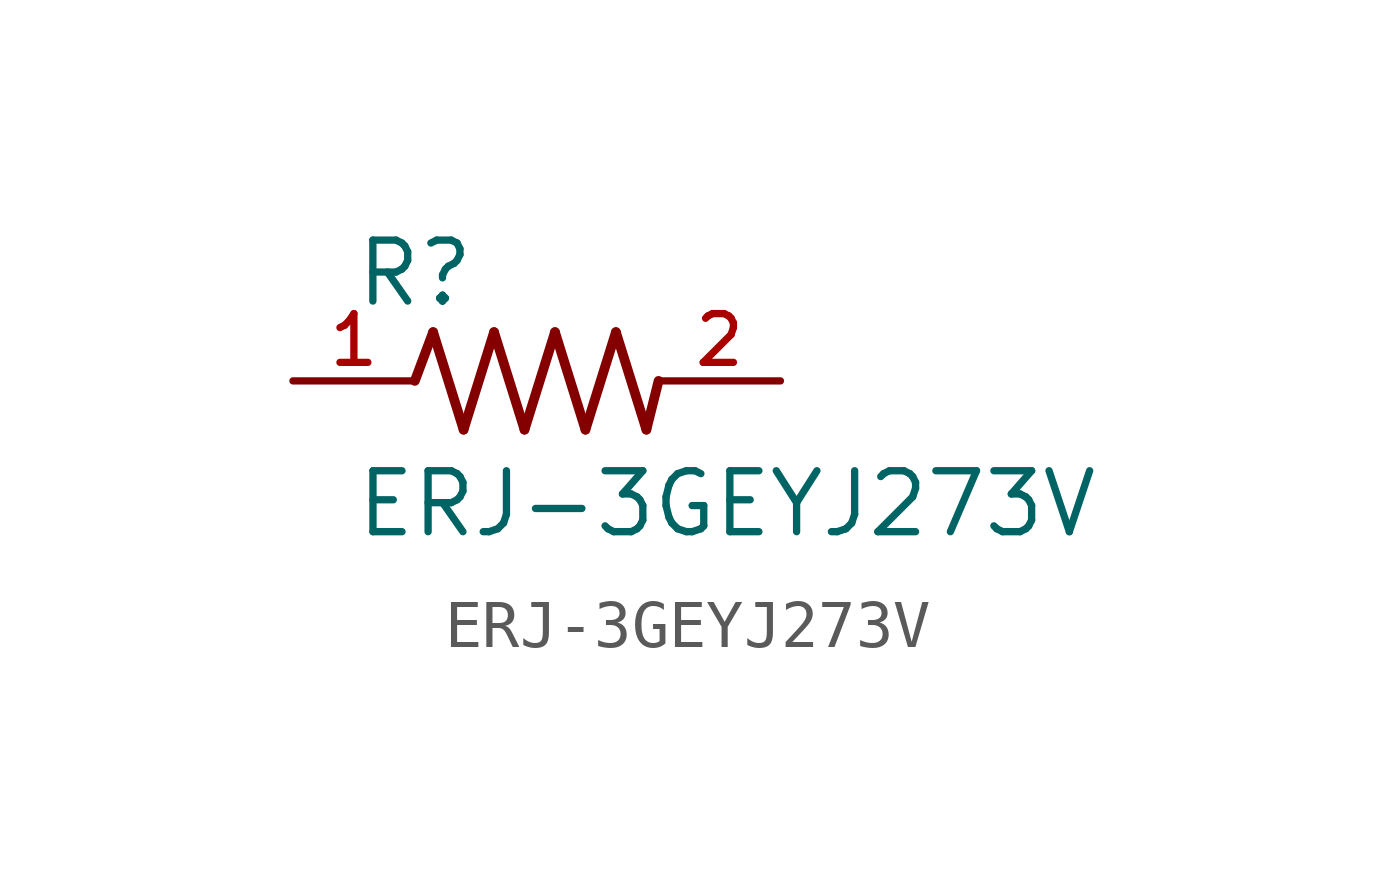
<source format=kicad_sym>
(kicad_symbol_lib
  (version 20231120)
  (generator "kicad_symbol_editor")
  (generator_version "8.0")
  (symbol "ERJ-3GEYJ273V"
    (pin_names
      (offset 1.016))
    (property "Reference" "R"
      (at -3.817 1.501 0)
      (effects (font (size 1.27 1.27)) (justify left bottom)))
    (property "Value" "ERJ-3GEYJ273V"
      (at -3.815 -3.306 0)
      (effects (font (size 1.27 1.27)) (justify left bottom)))
    (symbol "ERJ-3GEYJ273V_0_0"
      (polyline (pts (xy -2.54 0) (xy -2.159 1.016)) (stroke (width 0.203) (type default)) (fill (type none)))
      (polyline (pts (xy -2.159 1.016) (xy -1.524 -1.016)) (stroke (width 0.203) (type default)) (fill (type none)))
      (polyline (pts (xy -1.524 -1.016) (xy -0.889 1.016)) (stroke (width 0.203) (type default)) (fill (type none)))
      (polyline (pts (xy -0.889 1.016) (xy -0.254 -1.016)) (stroke (width 0.203) (type default)) (fill (type none)))
      (polyline (pts (xy -0.254 -1.016) (xy 0.381 1.016)) (stroke (width 0.203) (type default)) (fill (type none)))
      (polyline (pts (xy 0.381 1.016) (xy 1.016 -1.016)) (stroke (width 0.203) (type default)) (fill (type none)))
      (polyline (pts (xy 1.016 -1.016) (xy 1.651 1.016)) (stroke (width 0.203) (type default)) (fill (type none)))
      (polyline (pts (xy 1.651 1.016) (xy 2.286 -1.016)) (stroke (width 0.203) (type default)) (fill (type none)))
      (polyline (pts (xy 2.286 -1.016) (xy 2.54 0)) (stroke (width 0.203) (type default)) (fill (type none)))
      (pin passive line (at -5.08 0 0) (length 2.54) (name "~" (effects (font (size 1.016 1.016)))) (number "1" (effects (font (size 1.016 1.016)))))
      (pin passive line (at 5.08 0 180) (length 2.54) (name "~" (effects (font (size 1.016 1.016)))) (number "2" (effects (font (size 1.016 1.016))))))))
</source>
